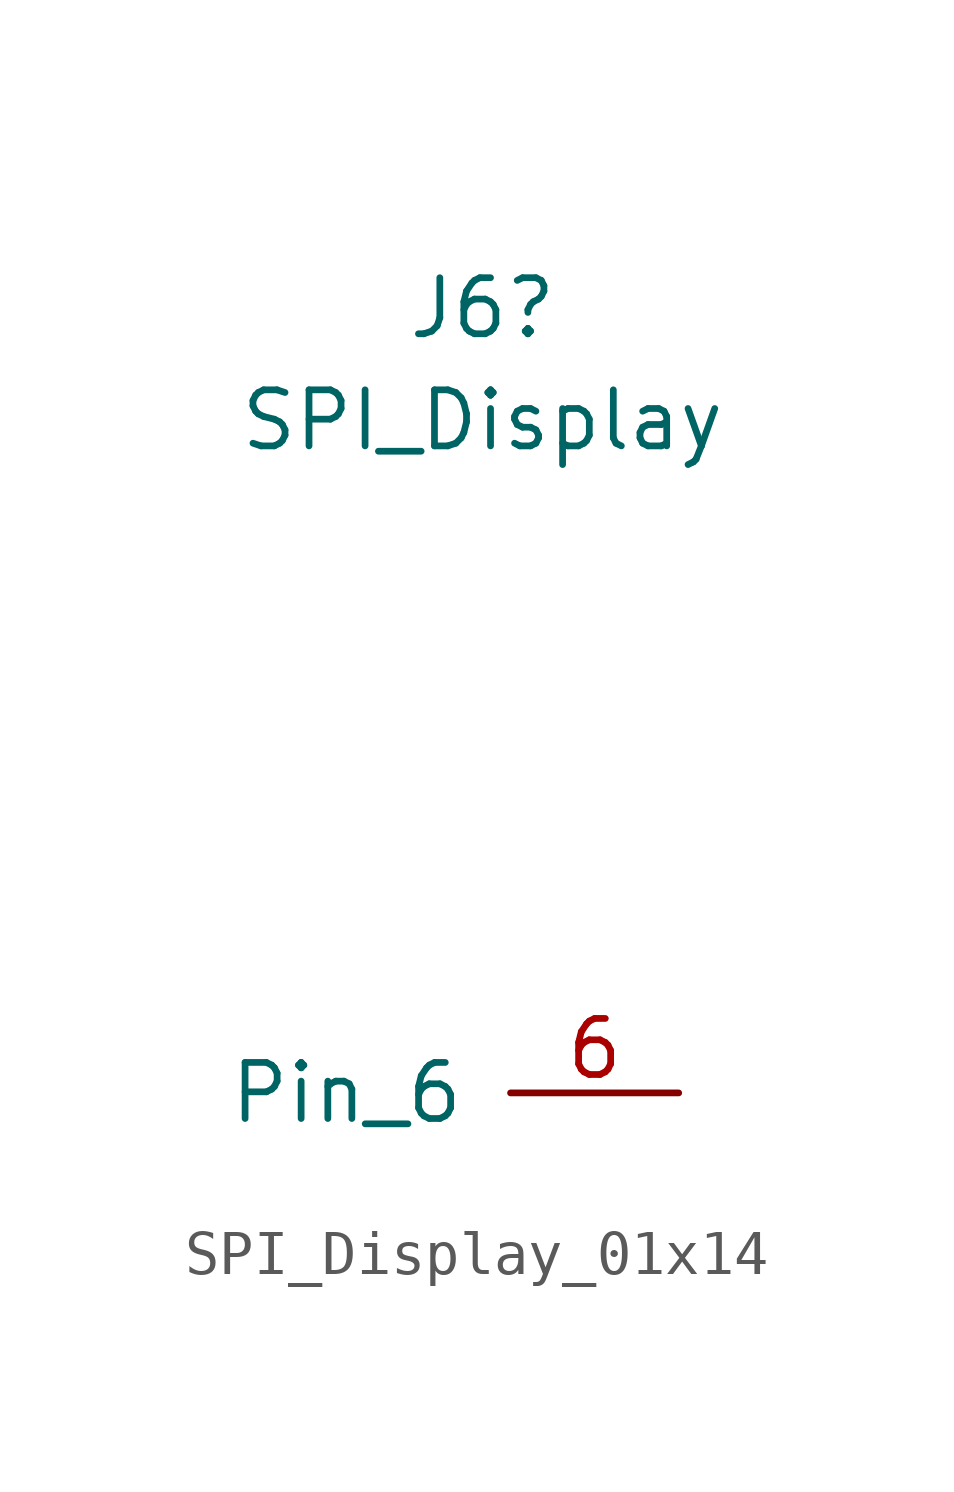
<source format=kicad_sym>
(kicad_symbol_lib
  (version 20231120)
  (generator "kicad_symbol_editor")
  (generator_version "8.0")
  (symbol "SPI_Display_01x14"
    (pin_names
      (offset 1.016))
    (property "Reference" "J6"
      (at 0.635 20.32 0)
      (effects (font (size 1.27 1.27))))
    (property "Value" "SPI_Display"
      (at 0.635 17.78 0)
      (effects (font (size 1.27 1.27))))
    (symbol "SPI_Display_01x14_1_1"
      (pin passive line (at 5.08 2.54 180) (length 3.81) (name "Pin_6" (effects (font (size 1.27 1.27)))) (number "6" (effects (font (size 1.27 1.27))))))))
</source>
